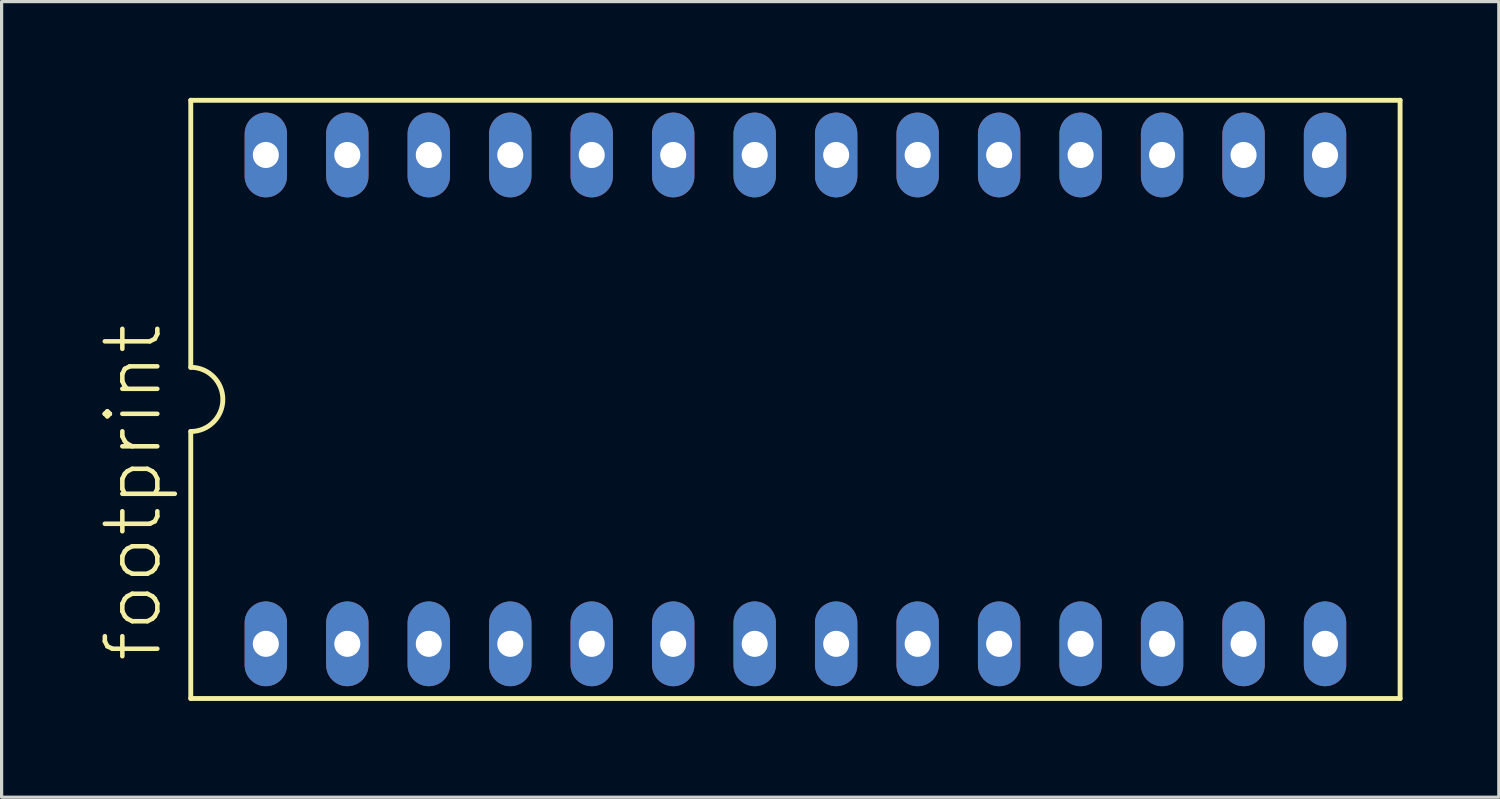
<source format=kicad_pcb>
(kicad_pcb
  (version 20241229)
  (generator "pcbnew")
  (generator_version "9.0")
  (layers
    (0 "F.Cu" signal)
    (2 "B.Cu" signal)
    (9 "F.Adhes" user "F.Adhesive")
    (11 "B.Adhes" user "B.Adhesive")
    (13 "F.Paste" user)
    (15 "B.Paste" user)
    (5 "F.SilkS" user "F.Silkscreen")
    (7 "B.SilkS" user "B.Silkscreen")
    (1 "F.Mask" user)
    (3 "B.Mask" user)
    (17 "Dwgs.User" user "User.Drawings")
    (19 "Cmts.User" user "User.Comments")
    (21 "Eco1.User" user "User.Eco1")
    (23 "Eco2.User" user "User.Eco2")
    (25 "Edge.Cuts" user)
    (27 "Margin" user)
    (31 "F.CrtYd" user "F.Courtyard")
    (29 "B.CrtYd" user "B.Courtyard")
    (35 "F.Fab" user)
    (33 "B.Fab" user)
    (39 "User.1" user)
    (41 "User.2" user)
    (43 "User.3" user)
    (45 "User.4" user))
  (footprint "footprint"
    (layer "F.Cu")
    (at 21.747 9.401)
    (property "Reference" "footprint" (at -19.685 8.255 90) (layer "F.SilkS") (effects (font (size 1.636 1.636) (thickness 0.142)) (justify left bottom)))
    (fp_line (start -18.85 -9.325) (end -18.85 -1) (stroke (width 0.152) (type solid)) (layer "F.SilkS"))
    (fp_line (start -18.85 9.325) (end -18.85 1) (stroke (width 0.152) (type solid)) (layer "F.SilkS"))
    (fp_line (start -18.85 9.325) (end 18.85 9.325) (stroke (width 0.152) (type solid)) (layer "F.SilkS"))
    (fp_line (start 18.85 -9.325) (end -18.85 -9.325) (stroke (width 0.152) (type solid)) (layer "F.SilkS"))
    (fp_line (start 18.85 -9.325) (end 18.85 9.325) (stroke (width 0.152) (type solid)) (layer "F.SilkS"))
    (fp_arc (start -18.85 -1) (mid -17.85 0) (end -18.85 1) (stroke (width 0.1524) (type solid)) (layer "F.SilkS"))
    (pad "1" thru_hole oval (at -16.51 7.62 90) (size 2.642 1.321) (drill 0.813) (layers "*.Cu" "*.Mask"))
    (pad "2" thru_hole oval (at -13.97 7.62 90) (size 2.642 1.321) (drill 0.813) (layers "*.Cu" "*.Mask"))
    (pad "3" thru_hole oval (at -11.43 7.62 90) (size 2.642 1.321) (drill 0.813) (layers "*.Cu" "*.Mask"))
    (pad "4" thru_hole oval (at -8.89 7.62 90) (size 2.642 1.321) (drill 0.813) (layers "*.Cu" "*.Mask"))
    (pad "5" thru_hole oval (at -6.35 7.62 90) (size 2.642 1.321) (drill 0.813) (layers "*.Cu" "*.Mask"))
    (pad "6" thru_hole oval (at -3.81 7.62 90) (size 2.642 1.321) (drill 0.813) (layers "*.Cu" "*.Mask"))
    (pad "7" thru_hole oval (at -1.27 7.62 90) (size 2.642 1.321) (drill 0.813) (layers "*.Cu" "*.Mask"))
    (pad "8" thru_hole oval (at 1.27 7.62 90) (size 2.642 1.321) (drill 0.813) (layers "*.Cu" "*.Mask"))
    (pad "9" thru_hole oval (at 3.81 7.62 90) (size 2.642 1.321) (drill 0.813) (layers "*.Cu" "*.Mask"))
    (pad "10" thru_hole oval (at 6.35 7.62 90) (size 2.642 1.321) (drill 0.813) (layers "*.Cu" "*.Mask"))
    (pad "11" thru_hole oval (at 8.89 7.62 90) (size 2.642 1.321) (drill 0.813) (layers "*.Cu" "*.Mask"))
    (pad "12" thru_hole oval (at 11.43 7.62 90) (size 2.642 1.321) (drill 0.813) (layers "*.Cu" "*.Mask"))
    (pad "13" thru_hole oval (at 13.97 7.62 90) (size 2.642 1.321) (drill 0.813) (layers "*.Cu" "*.Mask"))
    (pad "14" thru_hole oval (at 16.51 7.62 90) (size 2.642 1.321) (drill 0.813) (layers "*.Cu" "*.Mask"))
    (pad "15" thru_hole oval (at 16.51 -7.62 90) (size 2.642 1.321) (drill 0.813) (layers "*.Cu" "*.Mask"))
    (pad "16" thru_hole oval (at 13.97 -7.62 90) (size 2.642 1.321) (drill 0.813) (layers "*.Cu" "*.Mask"))
    (pad "17" thru_hole oval (at 11.43 -7.62 90) (size 2.642 1.321) (drill 0.813) (layers "*.Cu" "*.Mask"))
    (pad "18" thru_hole oval (at 8.89 -7.62 90) (size 2.642 1.321) (drill 0.813) (layers "*.Cu" "*.Mask"))
    (pad "19" thru_hole oval (at 6.35 -7.62 90) (size 2.642 1.321) (drill 0.813) (layers "*.Cu" "*.Mask"))
    (pad "20" thru_hole oval (at 3.81 -7.62 90) (size 2.642 1.321) (drill 0.813) (layers "*.Cu" "*.Mask"))
    (pad "21" thru_hole oval (at 1.27 -7.62 90) (size 2.642 1.321) (drill 0.813) (layers "*.Cu" "*.Mask"))
    (pad "22" thru_hole oval (at -1.27 -7.62 90) (size 2.642 1.321) (drill 0.813) (layers "*.Cu" "*.Mask"))
    (pad "23" thru_hole oval (at -3.81 -7.62 90) (size 2.642 1.321) (drill 0.813) (layers "*.Cu" "*.Mask"))
    (pad "24" thru_hole oval (at -6.35 -7.62 90) (size 2.642 1.321) (drill 0.813) (layers "*.Cu" "*.Mask"))
    (pad "25" thru_hole oval (at -8.89 -7.62 90) (size 2.642 1.321) (drill 0.813) (layers "*.Cu" "*.Mask"))
    (pad "26" thru_hole oval (at -11.43 -7.62 90) (size 2.642 1.321) (drill 0.813) (layers "*.Cu" "*.Mask"))
    (pad "27" thru_hole oval (at -13.97 -7.62 90) (size 2.642 1.321) (drill 0.813) (layers "*.Cu" "*.Mask"))
    (pad "28" thru_hole oval (at -16.51 -7.62 90) (size 2.642 1.321) (drill 0.813) (layers "*.Cu" "*.Mask")))
  (gr_rect
    (start -3 -3)
    (end 43.674 21.802)
    (stroke (width 0.1) (type default))
    (fill no)
    (layer "Edge.Cuts")))
</source>
